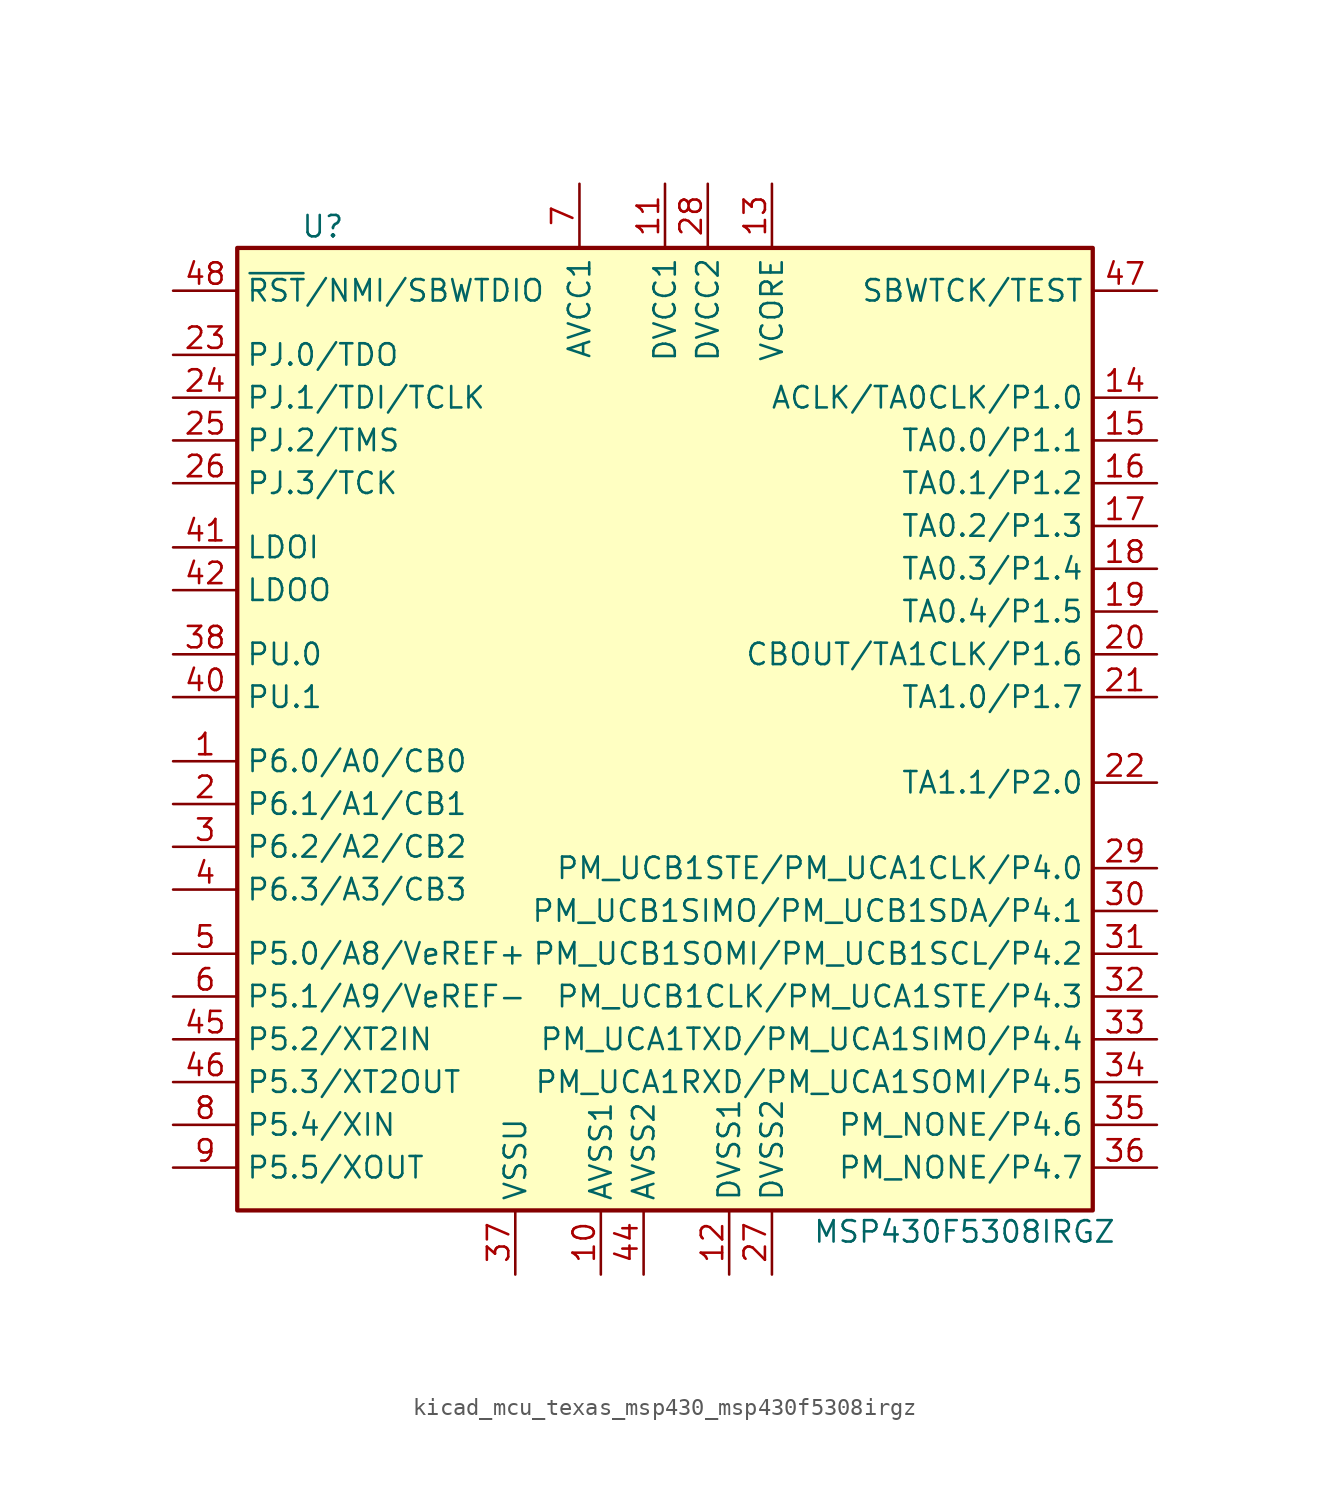
<source format=kicad_sym>
(kicad_symbol_lib
  (version 20220914)
  (generator kicad_symbol_editor)
  (symbol "kicad_mcu_texas_msp430_msp430f5308irgz"
    (property "Reference" "U"
      (at -21.59 30.48 0)
      (effects (font (size 1.27 1.27))))
    (property "Value" "MSP430F5308IRGZ"
      (at 16.51 -29.21 0)
      (effects (font (size 1.27 1.27))))
    (symbol "kicad_mcu_texas_msp430_msp430f5308irgz_0_1"
      (rectangle (start -26.67 29.21) (end 24.13 -27.94) (stroke (width 0.254) (type default)) (fill (type background))))
    (symbol "kicad_mcu_texas_msp430_msp430f5308irgz_1_1"
      (pin bidirectional line (at -30.48 -1.27 0) (length 3.81) (name "P6.0/A0/CB0" (effects (font (size 1.27 1.27)))) (number "1" (effects (font (size 1.27 1.27)))))
      (pin power_in line (at -5.08 -31.75 90) (length 3.81) (name "AVSS1" (effects (font (size 1.27 1.27)))) (number "10" (effects (font (size 1.27 1.27)))))
      (pin power_in line (at -1.27 33.02 270) (length 3.81) (name "DVCC1" (effects (font (size 1.27 1.27)))) (number "11" (effects (font (size 1.27 1.27)))))
      (pin power_in line (at 2.54 -31.75 90) (length 3.81) (name "DVSS1" (effects (font (size 1.27 1.27)))) (number "12" (effects (font (size 1.27 1.27)))))
      (pin bidirectional line (at 5.08 33.02 270) (length 3.81) (name "VCORE" (effects (font (size 1.27 1.27)))) (number "13" (effects (font (size 1.27 1.27)))))
      (pin bidirectional line (at 27.94 20.32 180) (length 3.81) (name "ACLK/TA0CLK/P1.0" (effects (font (size 1.27 1.27)))) (number "14" (effects (font (size 1.27 1.27)))))
      (pin bidirectional line (at 27.94 17.78 180) (length 3.81) (name "TA0.0/P1.1" (effects (font (size 1.27 1.27)))) (number "15" (effects (font (size 1.27 1.27)))))
      (pin bidirectional line (at 27.94 15.24 180) (length 3.81) (name "TA0.1/P1.2" (effects (font (size 1.27 1.27)))) (number "16" (effects (font (size 1.27 1.27)))))
      (pin bidirectional line (at 27.94 12.7 180) (length 3.81) (name "TA0.2/P1.3" (effects (font (size 1.27 1.27)))) (number "17" (effects (font (size 1.27 1.27)))))
      (pin bidirectional line (at 27.94 10.16 180) (length 3.81) (name "TA0.3/P1.4" (effects (font (size 1.27 1.27)))) (number "18" (effects (font (size 1.27 1.27)))))
      (pin bidirectional line (at 27.94 7.62 180) (length 3.81) (name "TA0.4/P1.5" (effects (font (size 1.27 1.27)))) (number "19" (effects (font (size 1.27 1.27)))))
      (pin bidirectional line (at -30.48 -3.81 0) (length 3.81) (name "P6.1/A1/CB1" (effects (font (size 1.27 1.27)))) (number "2" (effects (font (size 1.27 1.27)))))
      (pin bidirectional line (at 27.94 5.08 180) (length 3.81) (name "CBOUT/TA1CLK/P1.6" (effects (font (size 1.27 1.27)))) (number "20" (effects (font (size 1.27 1.27)))))
      (pin bidirectional line (at 27.94 2.54 180) (length 3.81) (name "TA1.0/P1.7" (effects (font (size 1.27 1.27)))) (number "21" (effects (font (size 1.27 1.27)))))
      (pin bidirectional line (at 27.94 -2.54 180) (length 3.81) (name "TA1.1/P2.0" (effects (font (size 1.27 1.27)))) (number "22" (effects (font (size 1.27 1.27)))))
      (pin bidirectional line (at -30.48 22.86 0) (length 3.81) (name "PJ.0/TDO" (effects (font (size 1.27 1.27)))) (number "23" (effects (font (size 1.27 1.27)))))
      (pin bidirectional line (at -30.48 20.32 0) (length 3.81) (name "PJ.1/TDI/TCLK" (effects (font (size 1.27 1.27)))) (number "24" (effects (font (size 1.27 1.27)))))
      (pin bidirectional line (at -30.48 17.78 0) (length 3.81) (name "PJ.2/TMS" (effects (font (size 1.27 1.27)))) (number "25" (effects (font (size 1.27 1.27)))))
      (pin bidirectional line (at -30.48 15.24 0) (length 3.81) (name "PJ.3/TCK" (effects (font (size 1.27 1.27)))) (number "26" (effects (font (size 1.27 1.27)))))
      (pin power_in line (at 5.08 -31.75 90) (length 3.81) (name "DVSS2" (effects (font (size 1.27 1.27)))) (number "27" (effects (font (size 1.27 1.27)))))
      (pin power_in line (at 1.27 33.02 270) (length 3.81) (name "DVCC2" (effects (font (size 1.27 1.27)))) (number "28" (effects (font (size 1.27 1.27)))))
      (pin bidirectional line (at 27.94 -7.62 180) (length 3.81) (name "PM_UCB1STE/PM_UCA1CLK/P4.0" (effects (font (size 1.27 1.27)))) (number "29" (effects (font (size 1.27 1.27)))))
      (pin bidirectional line (at -30.48 -6.35 0) (length 3.81) (name "P6.2/A2/CB2" (effects (font (size 1.27 1.27)))) (number "3" (effects (font (size 1.27 1.27)))))
      (pin bidirectional line (at 27.94 -10.16 180) (length 3.81) (name "PM_UCB1SIMO/PM_UCB1SDA/P4.1" (effects (font (size 1.27 1.27)))) (number "30" (effects (font (size 1.27 1.27)))))
      (pin bidirectional line (at 27.94 -12.7 180) (length 3.81) (name "PM_UCB1SOMI/PM_UCB1SCL/P4.2" (effects (font (size 1.27 1.27)))) (number "31" (effects (font (size 1.27 1.27)))))
      (pin bidirectional line (at 27.94 -15.24 180) (length 3.81) (name "PM_UCB1CLK/PM_UCA1STE/P4.3" (effects (font (size 1.27 1.27)))) (number "32" (effects (font (size 1.27 1.27)))))
      (pin bidirectional line (at 27.94 -17.78 180) (length 3.81) (name "PM_UCA1TXD/PM_UCA1SIMO/P4.4" (effects (font (size 1.27 1.27)))) (number "33" (effects (font (size 1.27 1.27)))))
      (pin bidirectional line (at 27.94 -20.32 180) (length 3.81) (name "PM_UCA1RXD/PM_UCA1SOMI/P4.5" (effects (font (size 1.27 1.27)))) (number "34" (effects (font (size 1.27 1.27)))))
      (pin bidirectional line (at 27.94 -22.86 180) (length 3.81) (name "PM_NONE/P4.6" (effects (font (size 1.27 1.27)))) (number "35" (effects (font (size 1.27 1.27)))))
      (pin bidirectional line (at 27.94 -25.4 180) (length 3.81) (name "PM_NONE/P4.7" (effects (font (size 1.27 1.27)))) (number "36" (effects (font (size 1.27 1.27)))))
      (pin power_in line (at -10.16 -31.75 90) (length 3.81) (name "VSSU" (effects (font (size 1.27 1.27)))) (number "37" (effects (font (size 1.27 1.27)))))
      (pin bidirectional line (at -30.48 5.08 0) (length 3.81) (name "PU.0" (effects (font (size 1.27 1.27)))) (number "38" (effects (font (size 1.27 1.27)))))
      (pin bidirectional line (at -30.48 -8.89 0) (length 3.81) (name "P6.3/A3/CB3" (effects (font (size 1.27 1.27)))) (number "4" (effects (font (size 1.27 1.27)))))
      (pin bidirectional line (at -30.48 2.54 0) (length 3.81) (name "PU.1" (effects (font (size 1.27 1.27)))) (number "40" (effects (font (size 1.27 1.27)))))
      (pin power_in line (at -30.48 11.43 0) (length 3.81) (name "LDOI" (effects (font (size 1.27 1.27)))) (number "41" (effects (font (size 1.27 1.27)))))
      (pin power_out line (at -30.48 8.89 0) (length 3.81) (name "LDOO" (effects (font (size 1.27 1.27)))) (number "42" (effects (font (size 1.27 1.27)))))
      (pin power_in line (at -2.54 -31.75 90) (length 3.81) (name "AVSS2" (effects (font (size 1.27 1.27)))) (number "44" (effects (font (size 1.27 1.27)))))
      (pin bidirectional line (at -30.48 -17.78 0) (length 3.81) (name "P5.2/XT2IN" (effects (font (size 1.27 1.27)))) (number "45" (effects (font (size 1.27 1.27)))))
      (pin bidirectional line (at -30.48 -20.32 0) (length 3.81) (name "P5.3/XT2OUT" (effects (font (size 1.27 1.27)))) (number "46" (effects (font (size 1.27 1.27)))))
      (pin input line (at 27.94 26.67 180) (length 3.81) (name "SBWTCK/TEST" (effects (font (size 1.27 1.27)))) (number "47" (effects (font (size 1.27 1.27)))))
      (pin input line (at -30.48 26.67 0) (length 3.81) (name "~{RST}/NMI/SBWTDIO" (effects (font (size 1.27 1.27)))) (number "48" (effects (font (size 1.27 1.27)))))
      (pin bidirectional line (at -30.48 -12.7 0) (length 3.81) (name "P5.0/A8/VeREF+" (effects (font (size 1.27 1.27)))) (number "5" (effects (font (size 1.27 1.27)))))
      (pin bidirectional line (at -30.48 -15.24 0) (length 3.81) (name "P5.1/A9/VeREF-" (effects (font (size 1.27 1.27)))) (number "6" (effects (font (size 1.27 1.27)))))
      (pin power_in line (at -6.35 33.02 270) (length 3.81) (name "AVCC1" (effects (font (size 1.27 1.27)))) (number "7" (effects (font (size 1.27 1.27)))))
      (pin bidirectional line (at -30.48 -22.86 0) (length 3.81) (name "P5.4/XIN" (effects (font (size 1.27 1.27)))) (number "8" (effects (font (size 1.27 1.27)))))
      (pin bidirectional line (at -30.48 -25.4 0) (length 3.81) (name "P5.5/XOUT" (effects (font (size 1.27 1.27)))) (number "9" (effects (font (size 1.27 1.27))))))))
</source>
